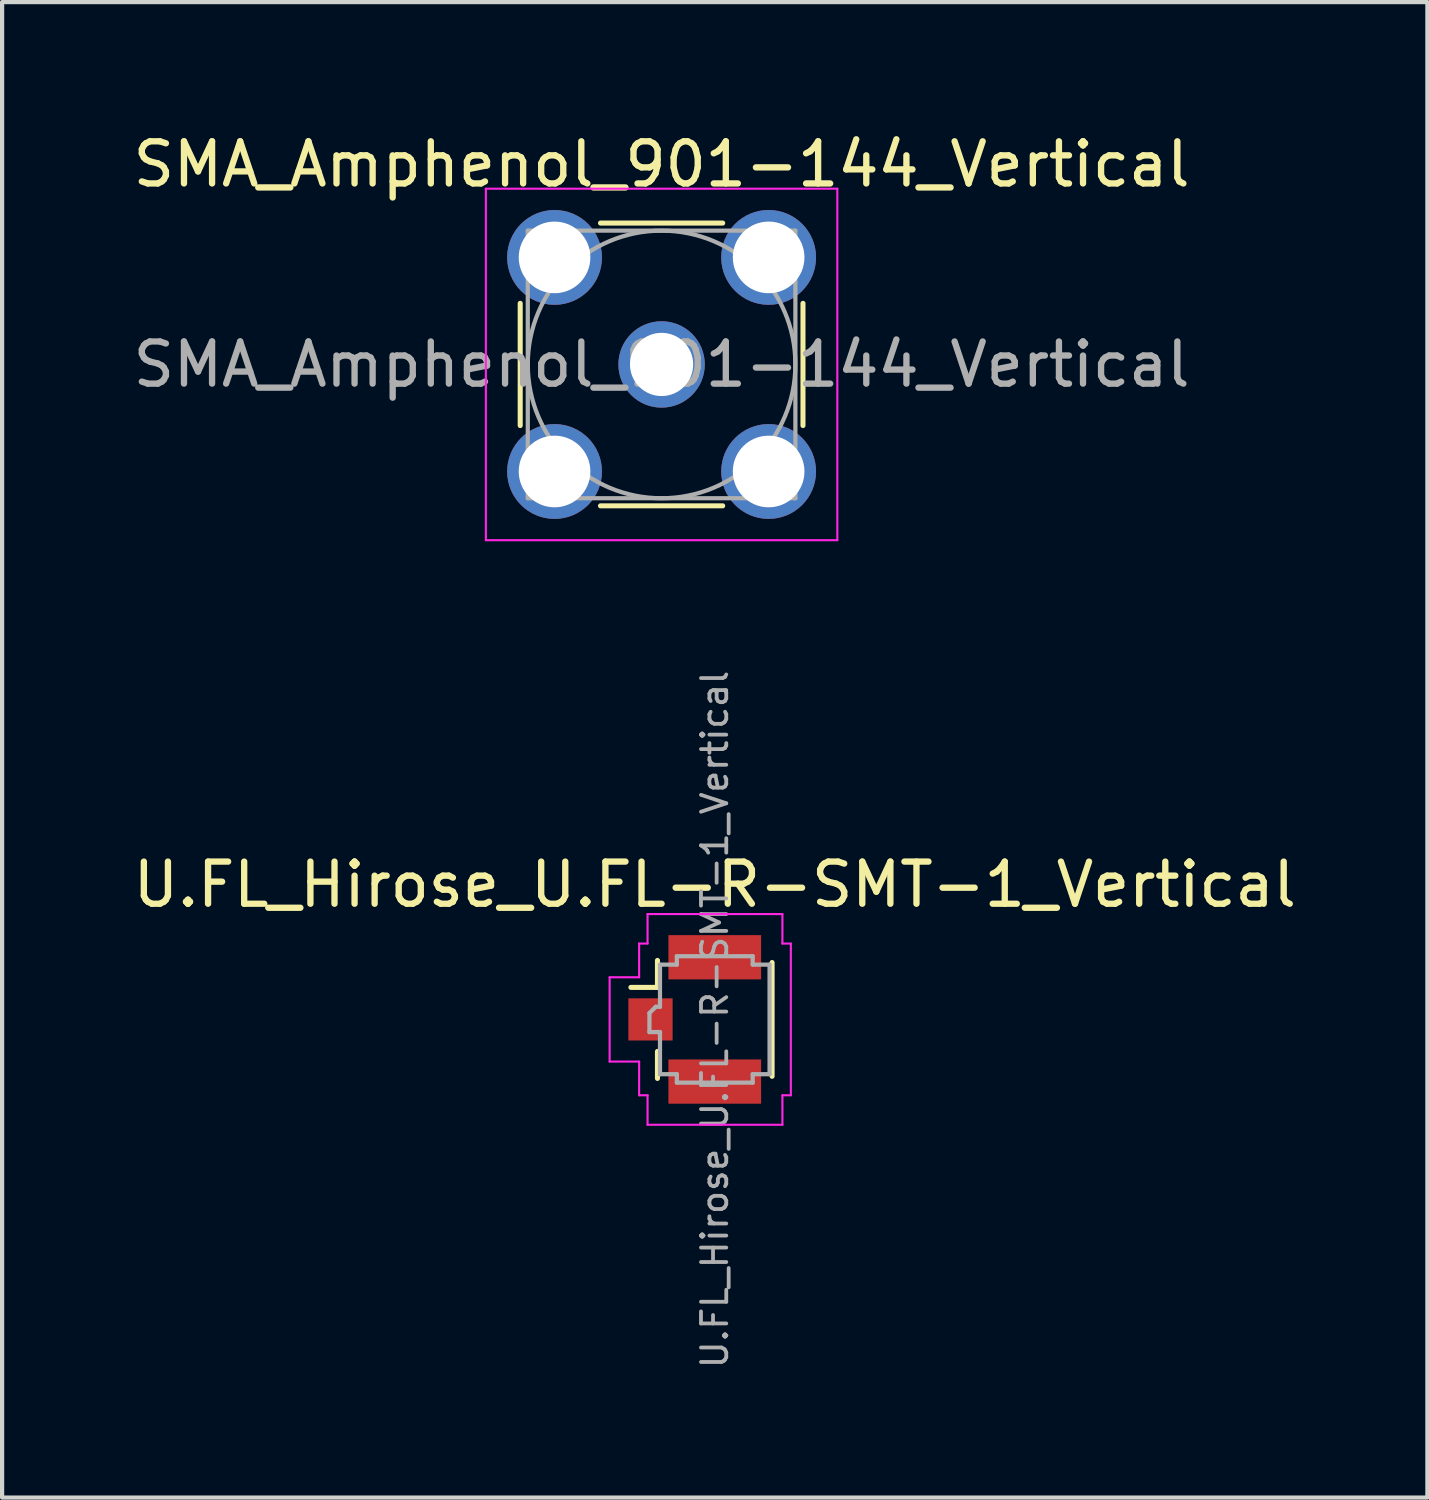
<source format=kicad_pcb>
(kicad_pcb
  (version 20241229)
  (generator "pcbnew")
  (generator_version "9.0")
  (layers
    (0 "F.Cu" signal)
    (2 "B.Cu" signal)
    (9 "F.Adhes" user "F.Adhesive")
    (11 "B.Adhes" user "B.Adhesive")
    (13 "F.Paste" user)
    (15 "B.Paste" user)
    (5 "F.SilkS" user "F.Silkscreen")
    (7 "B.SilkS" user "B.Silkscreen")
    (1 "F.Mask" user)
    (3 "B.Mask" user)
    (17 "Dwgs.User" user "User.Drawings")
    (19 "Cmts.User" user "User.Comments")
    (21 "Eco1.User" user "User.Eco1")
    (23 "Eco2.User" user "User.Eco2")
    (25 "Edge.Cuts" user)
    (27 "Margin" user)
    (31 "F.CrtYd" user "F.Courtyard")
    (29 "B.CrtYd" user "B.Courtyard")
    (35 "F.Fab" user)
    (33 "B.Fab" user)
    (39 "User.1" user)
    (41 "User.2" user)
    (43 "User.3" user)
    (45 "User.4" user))
  (footprint "SMA_Amphenol_901-144_Vertical"
    (layer "F.Cu")
    (at 12.649 5.598)
    (property "Reference" "SMA_Amphenol_901-144_Vertical" (at 0 -4.75 0) (layer "F.SilkS") (effects (font (size 1 1) (thickness 0.15))))
    (attr through_hole)
    (fp_line (start -3.355 -1.45) (end -3.355 1.45) (stroke (width 0.12) (type solid)) (layer "F.SilkS"))
    (fp_line (start -1.45 -3.355) (end 1.45 -3.355) (stroke (width 0.12) (type solid)) (layer "F.SilkS"))
    (fp_line (start -1.45 3.355) (end 1.45 3.355) (stroke (width 0.12) (type solid)) (layer "F.SilkS"))
    (fp_line (start 3.355 -1.45) (end 3.355 1.45) (stroke (width 0.12) (type solid)) (layer "F.SilkS"))
    (fp_line (start -4.17 -4.17) (end -4.17 4.17) (stroke (width 0.05) (type solid)) (layer "F.CrtYd"))
    (fp_line (start -4.17 -4.17) (end 4.17 -4.17) (stroke (width 0.05) (type solid)) (layer "F.CrtYd"))
    (fp_line (start 4.17 4.17) (end -4.17 4.17) (stroke (width 0.05) (type solid)) (layer "F.CrtYd"))
    (fp_line (start 4.17 4.17) (end 4.17 -4.17) (stroke (width 0.05) (type solid)) (layer "F.CrtYd"))
    (fp_line (start -3.175 -3.175) (end -3.175 3.175) (stroke (width 0.1) (type solid)) (layer "F.Fab"))
    (fp_line (start -3.175 -3.175) (end 3.175 -3.175) (stroke (width 0.1) (type solid)) (layer "F.Fab"))
    (fp_line (start -3.175 3.175) (end 3.175 3.175) (stroke (width 0.1) (type solid)) (layer "F.Fab"))
    (fp_line (start 3.175 -3.175) (end 3.175 3.175) (stroke (width 0.1) (type solid)) (layer "F.Fab"))
    (fp_circle (center 0 0) (end 3.175 0) (stroke (width 0.1) (type solid)) (fill no) (layer "F.Fab"))
    (fp_text user "${REFERENCE}" (at 0 0 0) (layer "F.Fab") (effects (font (size 1 1) (thickness 0.15))))
    (pad "1" thru_hole circle (at 0 0) (size 2.05 2.05) (drill 1.5) (layers "*.Cu" "*.Mask"))
    (pad "2" thru_hole circle (at -2.54 -2.54) (size 2.25 2.25) (drill 1.7) (layers "*.Cu" "*.Mask"))
    (pad "2" thru_hole circle (at -2.54 2.54) (size 2.25 2.25) (drill 1.7) (layers "*.Cu" "*.Mask"))
    (pad "2" thru_hole circle (at 2.54 -2.54) (size 2.25 2.25) (drill 1.7) (layers "*.Cu" "*.Mask"))
    (pad "2" thru_hole circle (at 2.54 2.54) (size 2.25 2.25) (drill 1.7) (layers "*.Cu" "*.Mask")))
  (footprint "U.FL_Hirose_U.FL-R-SMT-1_Vertical"
    (layer "F.Cu")
    (at 13.436 21.14)
    (property "Reference" "U.FL_Hirose_U.FL-R-SMT-1_Vertical" (at 0.475 -3.2 0) (layer "F.SilkS") (effects (font (size 1 1) (thickness 0.15))))
    (attr smd)
    (fp_line (start -0.885 -1.4) (end -0.885 -0.76) (stroke (width 0.12) (type solid)) (layer "F.SilkS"))
    (fp_line (start -0.885 -0.76) (end -1.515 -0.76) (stroke (width 0.12) (type solid)) (layer "F.SilkS"))
    (fp_line (start -0.885 1.4) (end -0.885 0.76) (stroke (width 0.12) (type solid)) (layer "F.SilkS"))
    (fp_line (start 1.835 -1.35) (end 1.835 1.35) (stroke (width 0.12) (type solid)) (layer "F.SilkS"))
    (fp_line (start -2.02 1) (end -2.02 -1) (stroke (width 0.05) (type solid)) (layer "F.CrtYd"))
    (fp_line (start -1.32 -1.8) (end -1.12 -1.8) (stroke (width 0.05) (type solid)) (layer "F.CrtYd"))
    (fp_line (start -1.32 -1) (end -2.02 -1) (stroke (width 0.05) (type solid)) (layer "F.CrtYd"))
    (fp_line (start -1.32 -1) (end -1.32 -1.8) (stroke (width 0.05) (type solid)) (layer "F.CrtYd"))
    (fp_line (start -1.32 1) (end -2.02 1) (stroke (width 0.05) (type solid)) (layer "F.CrtYd"))
    (fp_line (start -1.32 1.8) (end -1.32 1) (stroke (width 0.05) (type solid)) (layer "F.CrtYd"))
    (fp_line (start -1.32 1.8) (end -1.12 1.8) (stroke (width 0.05) (type solid)) (layer "F.CrtYd"))
    (fp_line (start -1.12 -1.8) (end -1.12 -2.5) (stroke (width 0.05) (type solid)) (layer "F.CrtYd"))
    (fp_line (start -1.12 2.5) (end -1.12 1.8) (stroke (width 0.05) (type solid)) (layer "F.CrtYd"))
    (fp_line (start 2.08 -2.5) (end -1.12 -2.5) (stroke (width 0.05) (type solid)) (layer "F.CrtYd"))
    (fp_line (start 2.08 -1.8) (end 2.08 -2.5) (stroke (width 0.05) (type solid)) (layer "F.CrtYd"))
    (fp_line (start 2.08 -1.8) (end 2.28 -1.8) (stroke (width 0.05) (type solid)) (layer "F.CrtYd"))
    (fp_line (start 2.08 1.8) (end 2.28 1.8) (stroke (width 0.05) (type solid)) (layer "F.CrtYd"))
    (fp_line (start 2.08 2.5) (end -1.12 2.5) (stroke (width 0.05) (type solid)) (layer "F.CrtYd"))
    (fp_line (start 2.08 2.5) (end 2.08 1.8) (stroke (width 0.05) (type solid)) (layer "F.CrtYd"))
    (fp_line (start 2.28 1.8) (end 2.28 -1.8) (stroke (width 0.05) (type solid)) (layer "F.CrtYd"))
    (fp_line (start -1.075 0.3) (end -1.075 -0.15) (stroke (width 0.1) (type solid)) (layer "F.Fab"))
    (fp_line (start -1.075 0.3) (end -0.825 0.3) (stroke (width 0.1) (type solid)) (layer "F.Fab"))
    (fp_line (start -0.925 -0.3) (end -1.075 -0.15) (stroke (width 0.1) (type solid)) (layer "F.Fab"))
    (fp_line (start -0.925 -0.3) (end -0.825 -0.3) (stroke (width 0.1) (type solid)) (layer "F.Fab"))
    (fp_line (start -0.825 -0.3) (end -0.825 -1.3) (stroke (width 0.1) (type solid)) (layer "F.Fab"))
    (fp_line (start -0.825 0.3) (end -0.825 1.3) (stroke (width 0.1) (type solid)) (layer "F.Fab"))
    (fp_line (start -0.425 -1.5) (end -0.425 -1.3) (stroke (width 0.1) (type solid)) (layer "F.Fab"))
    (fp_line (start -0.425 -1.5) (end 1.375 -1.5) (stroke (width 0.1) (type solid)) (layer "F.Fab"))
    (fp_line (start -0.425 -1.3) (end -0.825 -1.3) (stroke (width 0.1) (type solid)) (layer "F.Fab"))
    (fp_line (start -0.425 1.3) (end -0.825 1.3) (stroke (width 0.1) (type solid)) (layer "F.Fab"))
    (fp_line (start -0.425 1.5) (end -0.425 1.3) (stroke (width 0.1) (type solid)) (layer "F.Fab"))
    (fp_line (start -0.425 1.5) (end 1.375 1.5) (stroke (width 0.1) (type solid)) (layer "F.Fab"))
    (fp_line (start 1.375 -1.5) (end 1.375 -1.3) (stroke (width 0.1) (type solid)) (layer "F.Fab"))
    (fp_line (start 1.375 1.5) (end 1.375 1.3) (stroke (width 0.1) (type solid)) (layer "F.Fab"))
    (fp_line (start 1.775 -1.3) (end 1.375 -1.3) (stroke (width 0.1) (type solid)) (layer "F.Fab"))
    (fp_line (start 1.775 -1.3) (end 1.775 1.3) (stroke (width 0.1) (type solid)) (layer "F.Fab"))
    (fp_line (start 1.775 1.3) (end 1.375 1.3) (stroke (width 0.1) (type solid)) (layer "F.Fab"))
    (fp_text user "${REFERENCE}" (at 0.475 0 90) (layer "F.Fab") (effects (font (size 0.6 0.6) (thickness 0.09))))
    (pad "1" smd rect (at -1.05 0) (size 1.05 1) (layers "F.Cu" "F.Mask" "F.Paste"))
    (pad "2" smd rect (at 0.475 -1.475) (size 2.2 1.05) (layers "F.Cu" "F.Mask" "F.Paste"))
    (pad "2" smd rect (at 0.475 1.475) (size 2.2 1.05) (layers "F.Cu" "F.Mask" "F.Paste")))
  (gr_rect
    (start -3 -3)
    (end 30.821 32.486)
    (stroke (width 0.1) (type default))
    (fill no)
    (layer "Edge.Cuts")))
</source>
